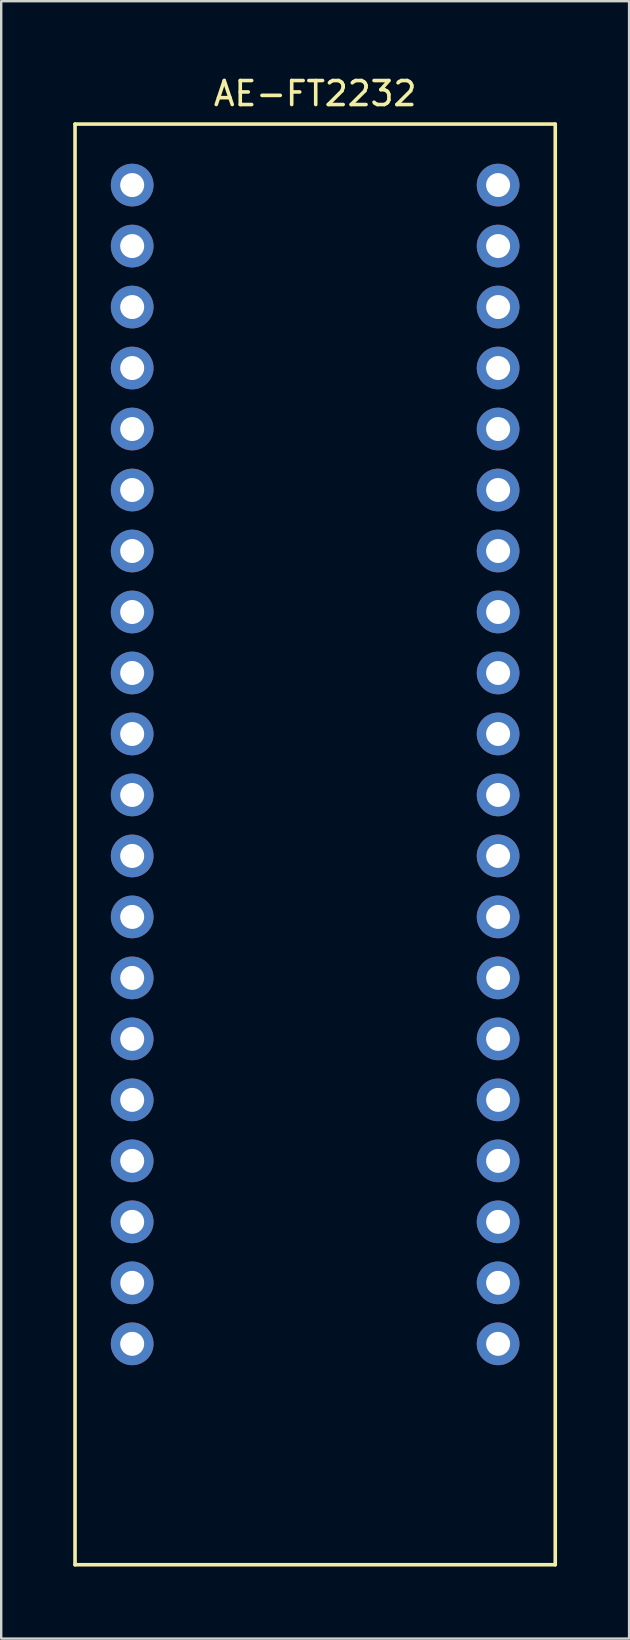
<source format=kicad_pcb>
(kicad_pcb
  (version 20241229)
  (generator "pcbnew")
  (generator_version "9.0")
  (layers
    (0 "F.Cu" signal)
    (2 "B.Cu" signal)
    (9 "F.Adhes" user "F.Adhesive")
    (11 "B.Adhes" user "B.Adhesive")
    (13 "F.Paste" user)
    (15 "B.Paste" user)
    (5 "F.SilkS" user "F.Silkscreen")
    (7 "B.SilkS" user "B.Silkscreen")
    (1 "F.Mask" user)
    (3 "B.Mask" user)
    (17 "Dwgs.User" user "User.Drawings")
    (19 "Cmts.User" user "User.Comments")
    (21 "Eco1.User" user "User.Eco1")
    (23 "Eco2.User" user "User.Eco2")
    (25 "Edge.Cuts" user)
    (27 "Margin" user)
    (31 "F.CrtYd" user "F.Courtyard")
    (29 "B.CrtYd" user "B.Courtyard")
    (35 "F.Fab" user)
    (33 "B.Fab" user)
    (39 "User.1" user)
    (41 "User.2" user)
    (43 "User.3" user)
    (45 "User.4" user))
  (footprint "AE-FT2232"
    (layer "F.Cu")
    (at 10.075 28.788)
    (property "Reference" "AE-FT2232" (at 0 -27.94 0) (layer "F.SilkS") (effects (font (size 1 1) (thickness 0.15))))
    (attr through_hole)
    (fp_line (start -10 -26.67) (end -10 33.33) (stroke (width 0.15) (type solid)) (layer "F.SilkS"))
    (fp_line (start -10 33.33) (end 10 33.33) (stroke (width 0.15) (type solid)) (layer "F.SilkS"))
    (fp_line (start 10 -26.67) (end -10 -26.67) (stroke (width 0.15) (type solid)) (layer "F.SilkS"))
    (fp_line (start 10 33.33) (end 10 -26.67) (stroke (width 0.15) (type solid)) (layer "F.SilkS"))
    (pad "1" thru_hole circle (at -7.62 -24.13) (size 1.778 1.778) (drill 1) (layers "*.Cu" "*.Mask"))
    (pad "2" thru_hole circle (at -7.62 -21.59) (size 1.778 1.778) (drill 1) (layers "*.Cu" "*.Mask"))
    (pad "3" thru_hole circle (at -7.62 -19.05) (size 1.778 1.778) (drill 1) (layers "*.Cu" "*.Mask"))
    (pad "4" thru_hole circle (at -7.62 -16.51) (size 1.778 1.778) (drill 1) (layers "*.Cu" "*.Mask"))
    (pad "5" thru_hole circle (at -7.62 -13.97) (size 1.778 1.778) (drill 1) (layers "*.Cu" "*.Mask"))
    (pad "6" thru_hole circle (at -7.62 -11.43) (size 1.778 1.778) (drill 1) (layers "*.Cu" "*.Mask"))
    (pad "7" thru_hole circle (at -7.62 -8.89) (size 1.778 1.778) (drill 1) (layers "*.Cu" "*.Mask"))
    (pad "8" thru_hole circle (at -7.62 -6.35) (size 1.778 1.778) (drill 1) (layers "*.Cu" "*.Mask"))
    (pad "9" thru_hole circle (at -7.62 -3.81) (size 1.778 1.778) (drill 1) (layers "*.Cu" "*.Mask"))
    (pad "10" thru_hole circle (at -7.62 -1.27) (size 1.778 1.778) (drill 1) (layers "*.Cu" "*.Mask"))
    (pad "11" thru_hole circle (at -7.62 1.27) (size 1.778 1.778) (drill 1) (layers "*.Cu" "*.Mask"))
    (pad "12" thru_hole circle (at -7.62 3.81) (size 1.778 1.778) (drill 1) (layers "*.Cu" "*.Mask"))
    (pad "13" thru_hole circle (at -7.62 6.35) (size 1.778 1.778) (drill 1) (layers "*.Cu" "*.Mask"))
    (pad "14" thru_hole circle (at -7.62 8.89) (size 1.778 1.778) (drill 1) (layers "*.Cu" "*.Mask"))
    (pad "15" thru_hole circle (at -7.62 11.43) (size 1.778 1.778) (drill 1) (layers "*.Cu" "*.Mask"))
    (pad "16" thru_hole circle (at -7.62 13.97) (size 1.778 1.778) (drill 1) (layers "*.Cu" "*.Mask"))
    (pad "17" thru_hole circle (at -7.62 16.51) (size 1.778 1.778) (drill 1) (layers "*.Cu" "*.Mask"))
    (pad "18" thru_hole circle (at -7.62 19.05) (size 1.778 1.778) (drill 1) (layers "*.Cu" "*.Mask"))
    (pad "19" thru_hole circle (at -7.62 21.59) (size 1.778 1.778) (drill 1) (layers "*.Cu" "*.Mask"))
    (pad "20" thru_hole circle (at -7.62 24.13) (size 1.778 1.778) (drill 1) (layers "*.Cu" "*.Mask"))
    (pad "21" thru_hole circle (at 7.62 24.13) (size 1.778 1.778) (drill 1) (layers "*.Cu" "*.Mask"))
    (pad "22" thru_hole circle (at 7.62 21.59) (size 1.778 1.778) (drill 1) (layers "*.Cu" "*.Mask"))
    (pad "23" thru_hole circle (at 7.62 19.05) (size 1.778 1.778) (drill 1) (layers "*.Cu" "*.Mask"))
    (pad "24" thru_hole circle (at 7.62 16.51) (size 1.778 1.778) (drill 1) (layers "*.Cu" "*.Mask"))
    (pad "25" thru_hole circle (at 7.62 13.97) (size 1.778 1.778) (drill 1) (layers "*.Cu" "*.Mask"))
    (pad "26" thru_hole circle (at 7.62 11.43) (size 1.778 1.778) (drill 1) (layers "*.Cu" "*.Mask"))
    (pad "27" thru_hole circle (at 7.62 8.89) (size 1.778 1.778) (drill 1) (layers "*.Cu" "*.Mask"))
    (pad "28" thru_hole circle (at 7.62 6.35) (size 1.778 1.778) (drill 1) (layers "*.Cu" "*.Mask"))
    (pad "29" thru_hole circle (at 7.62 3.81) (size 1.778 1.778) (drill 1) (layers "*.Cu" "*.Mask"))
    (pad "30" thru_hole circle (at 7.62 1.27) (size 1.778 1.778) (drill 1) (layers "*.Cu" "*.Mask"))
    (pad "31" thru_hole circle (at 7.62 -1.27) (size 1.778 1.778) (drill 1) (layers "*.Cu" "*.Mask"))
    (pad "32" thru_hole circle (at 7.62 -3.81) (size 1.778 1.778) (drill 1) (layers "*.Cu" "*.Mask"))
    (pad "33" thru_hole circle (at 7.62 -6.35) (size 1.778 1.778) (drill 1) (layers "*.Cu" "*.Mask"))
    (pad "34" thru_hole circle (at 7.62 -8.89) (size 1.778 1.778) (drill 1) (layers "*.Cu" "*.Mask"))
    (pad "35" thru_hole circle (at 7.62 -11.43) (size 1.778 1.778) (drill 1) (layers "*.Cu" "*.Mask"))
    (pad "36" thru_hole circle (at 7.62 -13.97) (size 1.778 1.778) (drill 1) (layers "*.Cu" "*.Mask"))
    (pad "37" thru_hole circle (at 7.62 -16.51) (size 1.778 1.778) (drill 1) (layers "*.Cu" "*.Mask"))
    (pad "38" thru_hole circle (at 7.62 -19.05) (size 1.778 1.778) (drill 1) (layers "*.Cu" "*.Mask"))
    (pad "39" thru_hole circle (at 7.62 -21.59) (size 1.778 1.778) (drill 1) (layers "*.Cu" "*.Mask"))
    (pad "40" thru_hole circle (at 7.62 -24.13) (size 1.778 1.778) (drill 1) (layers "*.Cu" "*.Mask")))
  (gr_rect
    (start -3 -3)
    (end 23.15 65.193)
    (stroke (width 0.1) (type default))
    (fill no)
    (layer "Edge.Cuts")))
</source>
